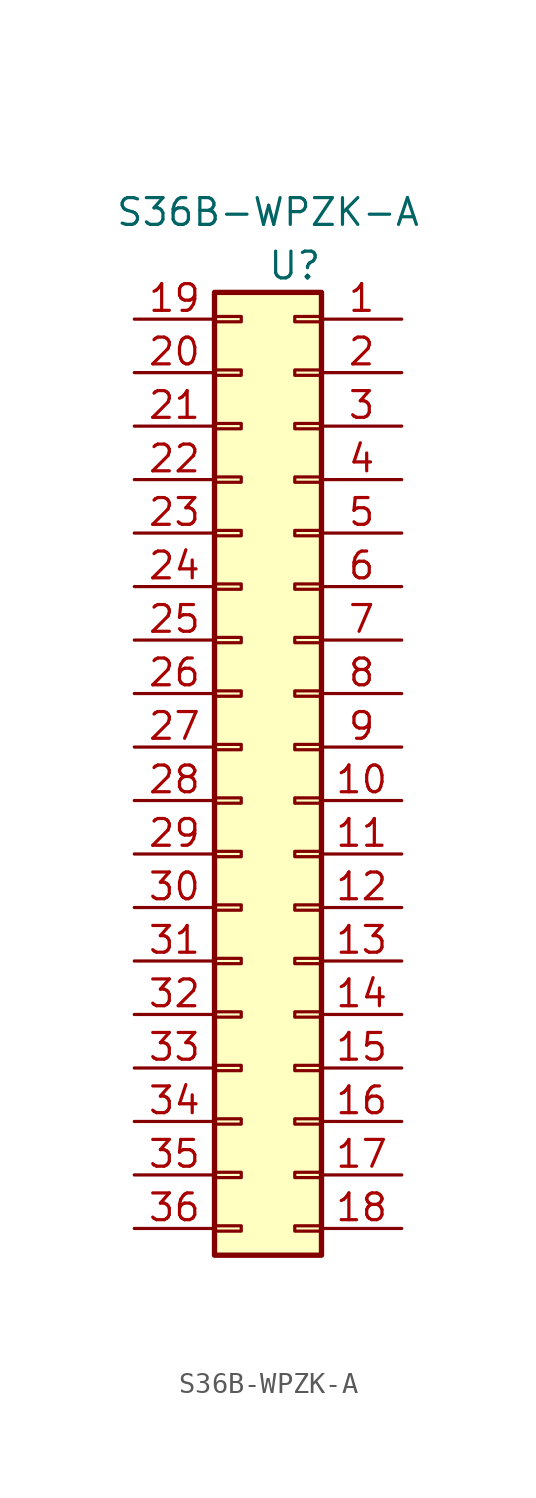
<source format=kicad_sym>
(kicad_symbol_lib
  (version 20211014)
  (generator kicad_symbol_editor)
  (symbol "S36B-WPZK-A"
    (property "Reference" "U"
      (at 16.51 49.53 0)
      (effects (font (size 1.27 1.27))))
    (property "Value" "S36B-WPZK-A"
      (at 15.24 52.07 0)
      (effects (font (size 1.27 1.27))))
    (symbol "S36B-WPZK-A_1_1"
      (rectangle (start 12.7 2.54) (end 17.78 48.26) (stroke (width 0.254) (type default) (color 0 0 0 0)) (fill (type background)))
      (rectangle (start 13.97 3.683) (end 12.7 3.937) (stroke (width 0.152) (type default) (color 0 0 0 0)) (fill (type none)))
      (rectangle (start 13.97 6.223) (end 12.7 6.477) (stroke (width 0.152) (type default) (color 0 0 0 0)) (fill (type none)))
      (rectangle (start 13.97 8.763) (end 12.7 9.017) (stroke (width 0.152) (type default) (color 0 0 0 0)) (fill (type none)))
      (rectangle (start 13.97 11.303) (end 12.7 11.557) (stroke (width 0.152) (type default) (color 0 0 0 0)) (fill (type none)))
      (rectangle (start 13.97 13.843) (end 12.7 14.097) (stroke (width 0.152) (type default) (color 0 0 0 0)) (fill (type none)))
      (rectangle (start 13.97 16.383) (end 12.7 16.637) (stroke (width 0.152) (type default) (color 0 0 0 0)) (fill (type none)))
      (rectangle (start 13.97 18.923) (end 12.7 19.177) (stroke (width 0.152) (type default) (color 0 0 0 0)) (fill (type none)))
      (rectangle (start 13.97 21.463) (end 12.7 21.717) (stroke (width 0.152) (type default) (color 0 0 0 0)) (fill (type none)))
      (rectangle (start 13.97 24.003) (end 12.7 24.257) (stroke (width 0.152) (type default) (color 0 0 0 0)) (fill (type none)))
      (rectangle (start 13.97 26.543) (end 12.7 26.797) (stroke (width 0.152) (type default) (color 0 0 0 0)) (fill (type none)))
      (rectangle (start 13.97 29.083) (end 12.7 29.337) (stroke (width 0.152) (type default) (color 0 0 0 0)) (fill (type none)))
      (rectangle (start 13.97 31.623) (end 12.7 31.877) (stroke (width 0.152) (type default) (color 0 0 0 0)) (fill (type none)))
      (rectangle (start 13.97 34.163) (end 12.7 34.417) (stroke (width 0.152) (type default) (color 0 0 0 0)) (fill (type none)))
      (rectangle (start 13.97 36.703) (end 12.7 36.957) (stroke (width 0.152) (type default) (color 0 0 0 0)) (fill (type none)))
      (rectangle (start 13.97 39.243) (end 12.7 39.497) (stroke (width 0.152) (type default) (color 0 0 0 0)) (fill (type none)))
      (rectangle (start 13.97 41.783) (end 12.7 42.037) (stroke (width 0.152) (type default) (color 0 0 0 0)) (fill (type none)))
      (rectangle (start 13.97 44.323) (end 12.7 44.577) (stroke (width 0.152) (type default) (color 0 0 0 0)) (fill (type none)))
      (rectangle (start 13.97 46.863) (end 12.7 47.117) (stroke (width 0.152) (type default) (color 0 0 0 0)) (fill (type none)))
      (rectangle (start 16.51 3.683) (end 17.78 3.937) (stroke (width 0.152) (type default) (color 0 0 0 0)) (fill (type none)))
      (rectangle (start 16.51 6.223) (end 17.78 6.477) (stroke (width 0.152) (type default) (color 0 0 0 0)) (fill (type none)))
      (rectangle (start 16.51 8.763) (end 17.78 9.017) (stroke (width 0.152) (type default) (color 0 0 0 0)) (fill (type none)))
      (rectangle (start 16.51 11.303) (end 17.78 11.557) (stroke (width 0.152) (type default) (color 0 0 0 0)) (fill (type none)))
      (rectangle (start 16.51 13.843) (end 17.78 14.097) (stroke (width 0.152) (type default) (color 0 0 0 0)) (fill (type none)))
      (rectangle (start 16.51 16.383) (end 17.78 16.637) (stroke (width 0.152) (type default) (color 0 0 0 0)) (fill (type none)))
      (rectangle (start 16.51 18.923) (end 17.78 19.177) (stroke (width 0.152) (type default) (color 0 0 0 0)) (fill (type none)))
      (rectangle (start 16.51 21.463) (end 17.78 21.717) (stroke (width 0.152) (type default) (color 0 0 0 0)) (fill (type none)))
      (rectangle (start 16.51 24.003) (end 17.78 24.257) (stroke (width 0.152) (type default) (color 0 0 0 0)) (fill (type none)))
      (rectangle (start 16.51 26.543) (end 17.78 26.797) (stroke (width 0.152) (type default) (color 0 0 0 0)) (fill (type none)))
      (rectangle (start 16.51 29.083) (end 17.78 29.337) (stroke (width 0.152) (type default) (color 0 0 0 0)) (fill (type none)))
      (rectangle (start 16.51 31.623) (end 17.78 31.877) (stroke (width 0.152) (type default) (color 0 0 0 0)) (fill (type none)))
      (rectangle (start 16.51 34.163) (end 17.78 34.417) (stroke (width 0.152) (type default) (color 0 0 0 0)) (fill (type none)))
      (rectangle (start 16.51 36.703) (end 17.78 36.957) (stroke (width 0.152) (type default) (color 0 0 0 0)) (fill (type none)))
      (rectangle (start 16.51 39.243) (end 17.78 39.497) (stroke (width 0.152) (type default) (color 0 0 0 0)) (fill (type none)))
      (rectangle (start 16.51 41.783) (end 17.78 42.037) (stroke (width 0.152) (type default) (color 0 0 0 0)) (fill (type none)))
      (rectangle (start 16.51 44.323) (end 17.78 44.577) (stroke (width 0.152) (type default) (color 0 0 0 0)) (fill (type none)))
      (rectangle (start 16.51 46.863) (end 17.78 47.117) (stroke (width 0.152) (type default) (color 0 0 0 0)) (fill (type none)))
      (pin passive line (at 21.59 46.99 180) (length 3.81) (name "" (effects (font (size 1.27 1.27)))) (number "1" (effects (font (size 1.27 1.27)))))
      (pin passive line (at 21.59 24.13 180) (length 3.81) (name "" (effects (font (size 1.27 1.27)))) (number "10" (effects (font (size 1.27 1.27)))))
      (pin passive line (at 21.59 21.59 180) (length 3.81) (name "" (effects (font (size 1.27 1.27)))) (number "11" (effects (font (size 1.27 1.27)))))
      (pin passive line (at 21.59 19.05 180) (length 3.81) (name "" (effects (font (size 1.27 1.27)))) (number "12" (effects (font (size 1.27 1.27)))))
      (pin passive line (at 21.59 16.51 180) (length 3.81) (name "" (effects (font (size 1.27 1.27)))) (number "13" (effects (font (size 1.27 1.27)))))
      (pin passive line (at 21.59 13.97 180) (length 3.81) (name "" (effects (font (size 1.27 1.27)))) (number "14" (effects (font (size 1.27 1.27)))))
      (pin passive line (at 21.59 11.43 180) (length 3.81) (name "" (effects (font (size 1.27 1.27)))) (number "15" (effects (font (size 1.27 1.27)))))
      (pin passive line (at 21.59 8.89 180) (length 3.81) (name "" (effects (font (size 1.27 1.27)))) (number "16" (effects (font (size 1.27 1.27)))))
      (pin passive line (at 21.59 6.35 180) (length 3.81) (name "" (effects (font (size 1.27 1.27)))) (number "17" (effects (font (size 1.27 1.27)))))
      (pin passive line (at 21.59 3.81 180) (length 3.81) (name "" (effects (font (size 1.27 1.27)))) (number "18" (effects (font (size 1.27 1.27)))))
      (pin passive line (at 8.89 46.99 0) (length 3.81) (name "" (effects (font (size 1.27 1.27)))) (number "19" (effects (font (size 1.27 1.27)))))
      (pin passive line (at 21.59 44.45 180) (length 3.81) (name "" (effects (font (size 1.27 1.27)))) (number "2" (effects (font (size 1.27 1.27)))))
      (pin passive line (at 8.89 44.45 0) (length 3.81) (name "" (effects (font (size 1.27 1.27)))) (number "20" (effects (font (size 1.27 1.27)))))
      (pin passive line (at 8.89 41.91 0) (length 3.81) (name "" (effects (font (size 1.27 1.27)))) (number "21" (effects (font (size 1.27 1.27)))))
      (pin passive line (at 8.89 39.37 0) (length 3.81) (name "" (effects (font (size 1.27 1.27)))) (number "22" (effects (font (size 1.27 1.27)))))
      (pin passive line (at 8.89 36.83 0) (length 3.81) (name "" (effects (font (size 1.27 1.27)))) (number "23" (effects (font (size 1.27 1.27)))))
      (pin passive line (at 8.89 34.29 0) (length 3.81) (name "" (effects (font (size 1.27 1.27)))) (number "24" (effects (font (size 1.27 1.27)))))
      (pin passive line (at 8.89 31.75 0) (length 3.81) (name "" (effects (font (size 1.27 1.27)))) (number "25" (effects (font (size 1.27 1.27)))))
      (pin passive line (at 8.89 29.21 0) (length 3.81) (name "" (effects (font (size 1.27 1.27)))) (number "26" (effects (font (size 1.27 1.27)))))
      (pin passive line (at 8.89 26.67 0) (length 3.81) (name "" (effects (font (size 1.27 1.27)))) (number "27" (effects (font (size 1.27 1.27)))))
      (pin passive line (at 8.89 24.13 0) (length 3.81) (name "" (effects (font (size 1.27 1.27)))) (number "28" (effects (font (size 1.27 1.27)))))
      (pin passive line (at 8.89 21.59 0) (length 3.81) (name "" (effects (font (size 1.27 1.27)))) (number "29" (effects (font (size 1.27 1.27)))))
      (pin passive line (at 21.59 41.91 180) (length 3.81) (name "" (effects (font (size 1.27 1.27)))) (number "3" (effects (font (size 1.27 1.27)))))
      (pin passive line (at 8.89 19.05 0) (length 3.81) (name "" (effects (font (size 1.27 1.27)))) (number "30" (effects (font (size 1.27 1.27)))))
      (pin passive line (at 8.89 16.51 0) (length 3.81) (name "" (effects (font (size 1.27 1.27)))) (number "31" (effects (font (size 1.27 1.27)))))
      (pin passive line (at 8.89 13.97 0) (length 3.81) (name "" (effects (font (size 1.27 1.27)))) (number "32" (effects (font (size 1.27 1.27)))))
      (pin passive line (at 8.89 11.43 0) (length 3.81) (name "" (effects (font (size 1.27 1.27)))) (number "33" (effects (font (size 1.27 1.27)))))
      (pin passive line (at 8.89 8.89 0) (length 3.81) (name "" (effects (font (size 1.27 1.27)))) (number "34" (effects (font (size 1.27 1.27)))))
      (pin passive line (at 8.89 6.35 0) (length 3.81) (name "" (effects (font (size 1.27 1.27)))) (number "35" (effects (font (size 1.27 1.27)))))
      (pin passive line (at 8.89 3.81 0) (length 3.81) (name "" (effects (font (size 1.27 1.27)))) (number "36" (effects (font (size 1.27 1.27)))))
      (pin passive line (at 21.59 39.37 180) (length 3.81) (name "" (effects (font (size 1.27 1.27)))) (number "4" (effects (font (size 1.27 1.27)))))
      (pin passive line (at 21.59 36.83 180) (length 3.81) (name "" (effects (font (size 1.27 1.27)))) (number "5" (effects (font (size 1.27 1.27)))))
      (pin passive line (at 21.59 34.29 180) (length 3.81) (name "" (effects (font (size 1.27 1.27)))) (number "6" (effects (font (size 1.27 1.27)))))
      (pin passive line (at 21.59 31.75 180) (length 3.81) (name "" (effects (font (size 1.27 1.27)))) (number "7" (effects (font (size 1.27 1.27)))))
      (pin passive line (at 21.59 29.21 180) (length 3.81) (name "" (effects (font (size 1.27 1.27)))) (number "8" (effects (font (size 1.27 1.27)))))
      (pin passive line (at 21.59 26.67 180) (length 3.81) (name "" (effects (font (size 1.27 1.27)))) (number "9" (effects (font (size 1.27 1.27))))))))
</source>
